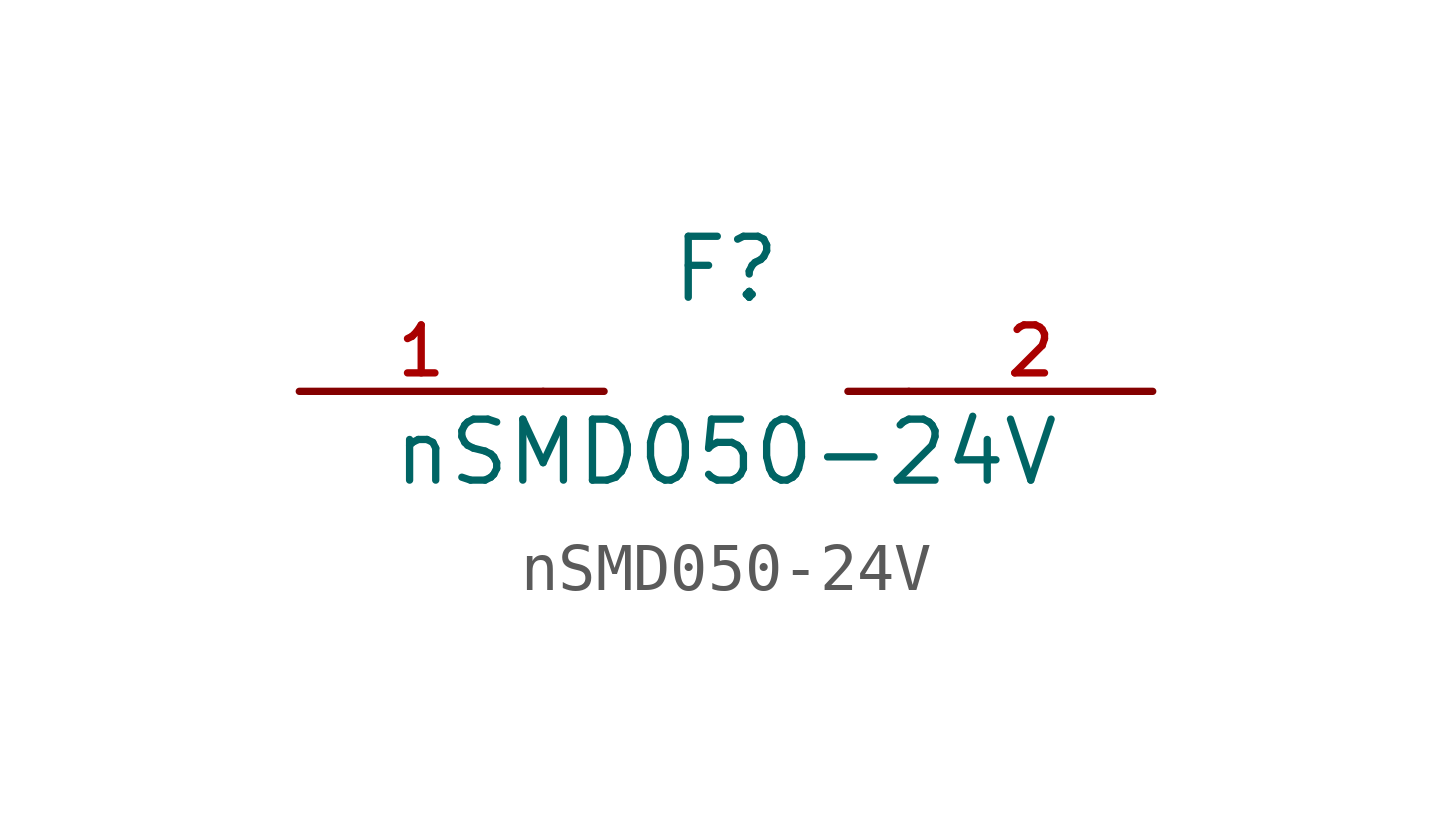
<source format=kicad_sym>
(kicad_symbol_lib
  (version 20220914)
  (generator kicad_symbol_editor)
  (symbol "nSMD050-24V"
    (pin_names hide)
    (property "Reference" "F"
      (at 0 1.27 0)
      (effects (font (size 1.27 1.27))))
    (property "Value" "nSMD050-24V"
      (at 0 -2.54 0)
      (effects (font (size 1.27 1.27))))
    (symbol "nSMD050-24V_0_1"
      (polyline (pts (xy -3.81 -1.27) (xy -2.54 -1.27)) (stroke (width 0) (type default)) (fill (type none)))
      (polyline (pts (xy 2.54 -1.27) (xy 3.81 -1.27)) (stroke (width 0) (type default)) (fill (type none))))
    (symbol "nSMD050-24V_1_1"
      (pin passive line (at -8.89 -1.27 0) (length 5.08) (name "1" (effects (font (size 1 1)))) (number "1" (effects (font (size 1 1)))))
      (pin passive line (at 8.89 -1.27 180) (length 5.08) (name "2" (effects (font (size 1 1)))) (number "2" (effects (font (size 1 1))))))))
</source>
